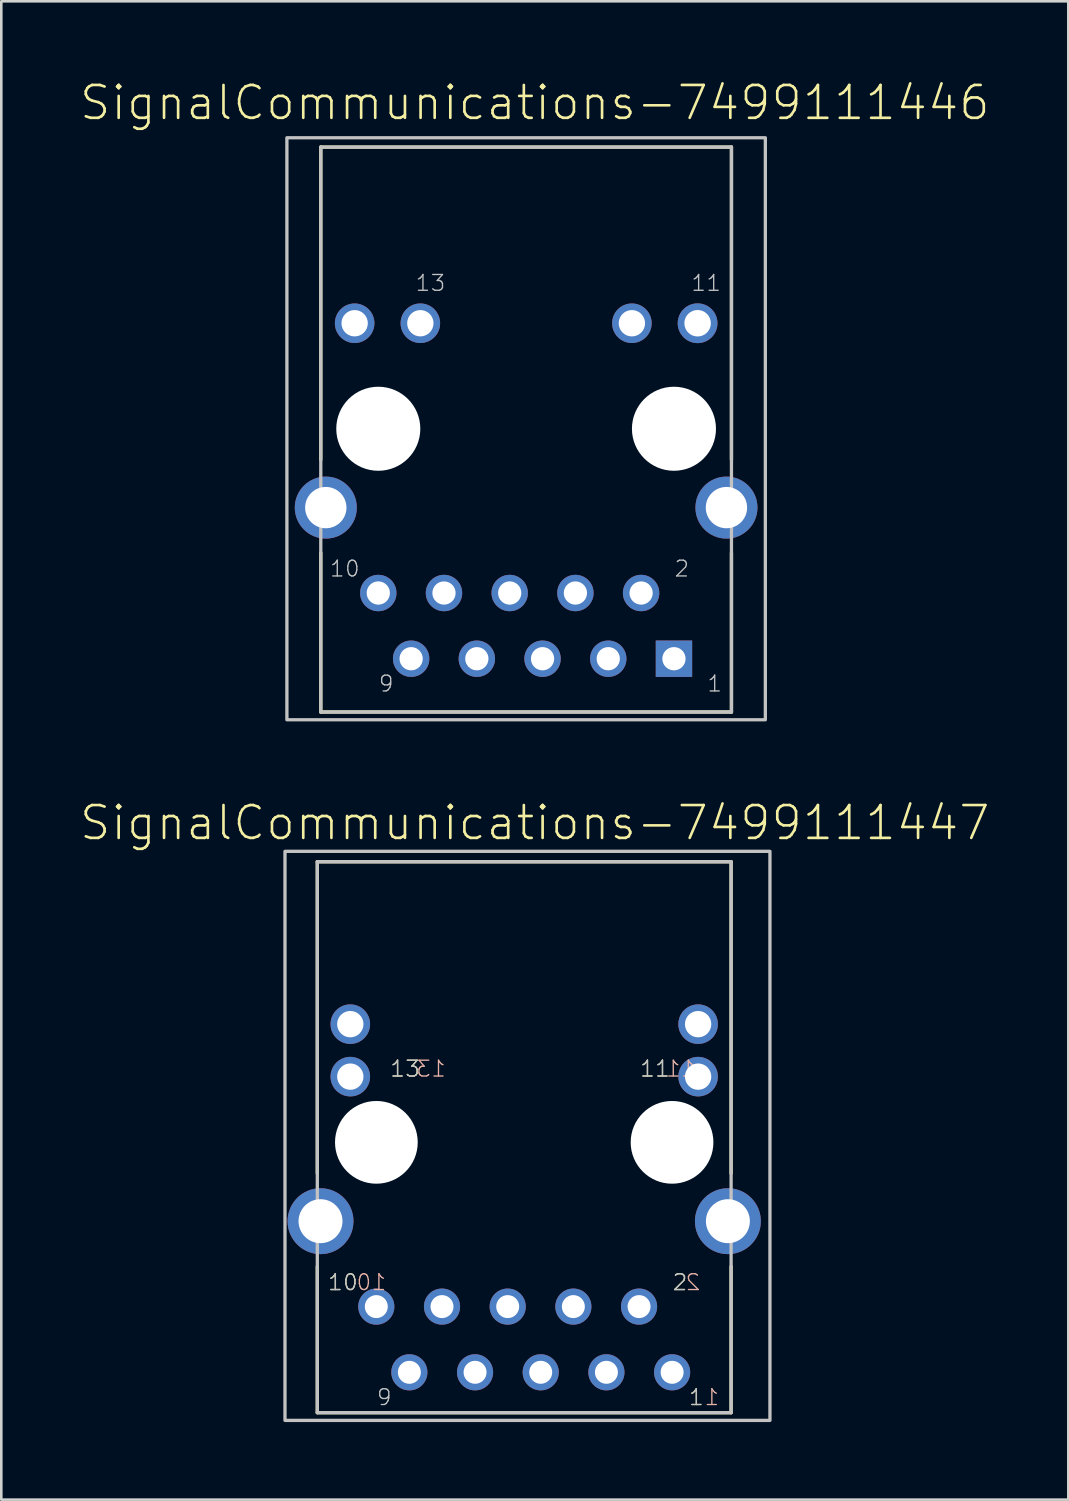
<source format=kicad_pcb>
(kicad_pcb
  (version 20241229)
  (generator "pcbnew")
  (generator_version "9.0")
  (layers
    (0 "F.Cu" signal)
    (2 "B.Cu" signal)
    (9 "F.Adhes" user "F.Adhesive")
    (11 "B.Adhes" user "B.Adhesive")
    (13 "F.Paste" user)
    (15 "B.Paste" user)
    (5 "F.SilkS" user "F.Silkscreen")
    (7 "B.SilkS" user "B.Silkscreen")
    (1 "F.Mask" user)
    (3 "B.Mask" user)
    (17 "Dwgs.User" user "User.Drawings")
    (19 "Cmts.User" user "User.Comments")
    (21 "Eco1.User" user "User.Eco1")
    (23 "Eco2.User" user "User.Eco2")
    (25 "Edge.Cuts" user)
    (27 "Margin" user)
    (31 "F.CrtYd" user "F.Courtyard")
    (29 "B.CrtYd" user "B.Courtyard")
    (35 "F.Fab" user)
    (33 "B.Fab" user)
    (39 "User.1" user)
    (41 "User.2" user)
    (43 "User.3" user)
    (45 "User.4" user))
  (footprint "SignalCommunications-7499111447"
    (layer "F.Cu")
    (at 17.215 41.111)
    (property "Reference" "SignalCommunications-7499111447" (at 0.409 -12.352 0) (layer "F.SilkS") (effects (font (size 1.27 1.27) (thickness 0.102))))
    (attr exclude_from_pos_files exclude_from_bom)
    (fp_line (start -7.998 1.199) (end -7.998 -10.848) (stroke (width 0.127) (type solid)) (layer "F.SilkS"))
    (fp_line (start -7.998 4.798) (end -7.998 10.45) (stroke (width 0.127) (type solid)) (layer "F.SilkS"))
    (fp_line (start -7.998 10.45) (end 7.998 10.45) (stroke (width 0.127) (type solid)) (layer "F.SilkS"))
    (fp_line (start 7.998 -10.848) (end -7.998 -10.848) (stroke (width 0.127) (type solid)) (layer "F.SilkS"))
    (fp_line (start 7.998 -10.848) (end 7.998 1.199) (stroke (width 0.127) (type solid)) (layer "F.SilkS"))
    (fp_line (start 7.998 4.798) (end 7.998 10.45) (stroke (width 0.127) (type solid)) (layer "F.SilkS"))
    (fp_line (start -7.998 -10.848) (end -7.998 10.45) (stroke (width 0.127) (type solid)) (layer "Dwgs.User"))
    (fp_line (start -7.998 10.45) (end 7.998 10.45) (stroke (width 0.127) (type solid)) (layer "Dwgs.User"))
    (fp_line (start 7.998 -10.848) (end -7.998 -10.848) (stroke (width 0.127) (type solid)) (layer "Dwgs.User"))
    (fp_line (start 7.998 10.45) (end 7.998 -10.848) (stroke (width 0.127) (type solid)) (layer "Dwgs.User"))
    (fp_poly (pts (xy -9.248 -11.25) (xy 9.5 -11.25) (xy 9.5 10.749) (xy -9.248 10.749) (xy -9.248 -11.25)) (stroke (width 0.127) (type solid)) (fill no) (layer "Dwgs.User"))
    (fp_text user "2" (at 6.022 5.41 0) (layer "F.SilkS") (effects (font (size 0.61 0.61) (thickness 0.051))))
    (fp_text user "1" (at 6.655 9.855 0) (layer "F.SilkS") (effects (font (size 0.61 0.61) (thickness 0.051))))
    (fp_text user "11" (at 5.055 -2.845 0) (layer "F.SilkS") (effects (font (size 0.61 0.61) (thickness 0.051))))
    (fp_text user "13" (at -4.605 -2.845 0) (layer "F.SilkS") (effects (font (size 0.61 0.61) (thickness 0.051))))
    (fp_text user "10" (at -7.01 5.41 0) (layer "F.SilkS") (effects (font (size 0.61 0.61) (thickness 0.051))))
    (fp_text user "13" (at -3.604 -2.845 0) (layer "B.SilkS") (effects (font (size 0.61 0.61) (thickness 0.051)) (justify mirror)))
    (fp_text user "2" (at 6.523 5.41 0) (layer "B.SilkS") (effects (font (size 0.61 0.61) (thickness 0.051)) (justify mirror)))
    (fp_text user "10" (at -5.908 5.41 0) (layer "B.SilkS") (effects (font (size 0.61 0.61) (thickness 0.051)) (justify mirror)))
    (fp_text user "11" (at 6.053 -2.845 0) (layer "B.SilkS") (effects (font (size 0.61 0.61) (thickness 0.051)) (justify mirror)))
    (fp_text user "1" (at 7.254 9.855 0) (layer "B.SilkS") (effects (font (size 0.61 0.61) (thickness 0.051)) (justify mirror)))
    (fp_text user "11" (at 5.055 -2.845 0) (layer "Dwgs.User") (effects (font (size 0.61 0.61) (thickness 0.051))))
    (fp_text user "10" (at -7.01 5.41 0) (layer "Dwgs.User") (effects (font (size 0.61 0.61) (thickness 0.051))))
    (fp_text user "9" (at -5.41 9.855 0) (layer "Dwgs.User") (effects (font (size 0.61 0.61) (thickness 0.051))))
    (fp_text user "13" (at -4.605 -2.845 0) (layer "Dwgs.User") (effects (font (size 0.61 0.61) (thickness 0.051))))
    (fp_text user "1" (at 6.655 9.855 0) (layer "Dwgs.User") (effects (font (size 0.61 0.61) (thickness 0.051))))
    (fp_text user "2" (at 6.022 5.41 0) (layer "Dwgs.User") (effects (font (size 0.61 0.61) (thickness 0.051))))
    (pad "" np_thru_hole circle (at -5.715 0) (size 3.198 3.198) (drill 3.198) (layers "*.Cu" "*.Mask"))
    (pad "" np_thru_hole circle (at 5.715 0) (size 3.198 3.198) (drill 3.198) (layers "*.Cu" "*.Mask"))
    (pad "1" thru_hole circle (at 5.718 8.89) (size 1.397 1.397) (drill 0.889) (layers "*.Cu" "*.Paste" "*.Mask"))
    (pad "2" thru_hole circle (at 4.44 6.35) (size 1.397 1.397) (drill 0.889) (layers "*.Cu" "*.Paste" "*.Mask"))
    (pad "3" thru_hole circle (at 3.178 8.89) (size 1.397 1.397) (drill 0.889) (layers "*.Cu" "*.Paste" "*.Mask"))
    (pad "4" thru_hole circle (at 1.9 6.35) (size 1.397 1.397) (drill 0.889) (layers "*.Cu" "*.Paste" "*.Mask"))
    (pad "5" thru_hole circle (at 0.638 8.89) (size 1.397 1.397) (drill 0.889) (layers "*.Cu" "*.Paste" "*.Mask"))
    (pad "6" thru_hole circle (at -0.638 6.35) (size 1.397 1.397) (drill 0.889) (layers "*.Cu" "*.Paste" "*.Mask"))
    (pad "7" thru_hole circle (at -1.9 8.89) (size 1.397 1.397) (drill 0.889) (layers "*.Cu" "*.Paste" "*.Mask"))
    (pad "8" thru_hole circle (at -3.178 6.35) (size 1.397 1.397) (drill 0.889) (layers "*.Cu" "*.Paste" "*.Mask"))
    (pad "9" thru_hole circle (at -4.44 8.89) (size 1.397 1.397) (drill 0.889) (layers "*.Cu" "*.Paste" "*.Mask"))
    (pad "10" thru_hole circle (at -5.718 6.35) (size 1.397 1.397) (drill 0.889) (layers "*.Cu" "*.Paste" "*.Mask"))
    (pad "11" thru_hole circle (at 6.723 -2.54) (size 1.529 1.529) (drill 1.019) (layers "*.Cu" "*.Paste" "*.Mask"))
    (pad "12" thru_hole circle (at 6.723 -4.569) (size 1.529 1.529) (drill 1.019) (layers "*.Cu" "*.Paste" "*.Mask"))
    (pad "13" thru_hole circle (at -6.723 -2.54) (size 1.529 1.529) (drill 1.019) (layers "*.Cu" "*.Paste" "*.Mask"))
    (pad "14" thru_hole circle (at -6.723 -4.569) (size 1.529 1.529) (drill 1.019) (layers "*.Cu" "*.Paste" "*.Mask"))
    (pad "Z1" thru_hole circle (at -7.874 3.048) (size 2.548 2.548) (drill 1.699) (layers "*.Cu" "*.Paste" "*.Mask"))
    (pad "Z2" thru_hole circle (at 7.874 3.048) (size 2.548 2.548) (drill 1.699) (layers "*.Cu" "*.Paste" "*.Mask")))
  (footprint "SignalCommunications-7499111446"
    (layer "F.Cu")
    (at 17.289 13.525)
    (property "Reference" "SignalCommunications-7499111446" (at 0.335 -12.603 0) (layer "F.SilkS") (effects (font (size 1.27 1.27) (thickness 0.102))))
    (attr exclude_from_pos_files exclude_from_bom)
    (fp_line (start -7.938 1.199) (end -7.938 -10.889) (stroke (width 0.127) (type solid)) (layer "F.SilkS"))
    (fp_line (start -7.938 4.798) (end -7.938 10.95) (stroke (width 0.127) (type solid)) (layer "F.SilkS"))
    (fp_line (start -7.938 10.95) (end 7.938 10.95) (stroke (width 0.127) (type solid)) (layer "F.SilkS"))
    (fp_line (start 7.938 -10.889) (end -7.938 -10.889) (stroke (width 0.127) (type solid)) (layer "F.SilkS"))
    (fp_line (start 7.938 -10.889) (end 7.938 1.199) (stroke (width 0.127) (type solid)) (layer "F.SilkS"))
    (fp_line (start 7.938 4.798) (end 7.938 10.95) (stroke (width 0.127) (type solid)) (layer "F.SilkS"))
    (fp_line (start -7.938 -10.889) (end -7.938 10.95) (stroke (width 0.127) (type solid)) (layer "Dwgs.User"))
    (fp_line (start -7.938 10.95) (end 7.938 10.95) (stroke (width 0.127) (type solid)) (layer "Dwgs.User"))
    (fp_line (start 7.938 -10.889) (end -7.938 -10.889) (stroke (width 0.127) (type solid)) (layer "Dwgs.User"))
    (fp_line (start 7.938 10.95) (end 7.938 -10.889) (stroke (width 0.127) (type solid)) (layer "Dwgs.User"))
    (fp_poly (pts (xy -9.248 -11.25) (xy 9.248 -11.25) (xy 9.248 11.25) (xy -9.248 11.25) (xy -9.248 -11.25)) (stroke (width 0.127) (type solid)) (fill no) (layer "Dwgs.User"))
    (fp_text user "11" (at 6.96 -5.634 0) (layer "Dwgs.User") (effects (font (size 0.61 0.61) (thickness 0.051))))
    (fp_text user "1" (at 7.29 9.855 0) (layer "Dwgs.User") (effects (font (size 0.61 0.61) (thickness 0.051))))
    (fp_text user "9" (at -5.41 9.855 0) (layer "Dwgs.User") (effects (font (size 0.61 0.61) (thickness 0.051))))
    (fp_text user "13" (at -3.698 -5.634 0) (layer "Dwgs.User") (effects (font (size 0.61 0.61) (thickness 0.051))))
    (fp_text user "10" (at -7.01 5.41 0) (layer "Dwgs.User") (effects (font (size 0.61 0.61) (thickness 0.051))))
    (fp_text user "2" (at 6.02 5.41 0) (layer "Dwgs.User") (effects (font (size 0.61 0.61) (thickness 0.051))))
    (pad "" np_thru_hole circle (at -5.715 0) (size 3.249 3.249) (drill 3.249) (layers "*.Cu" "*.Mask"))
    (pad "" np_thru_hole circle (at 5.715 0) (size 3.249 3.249) (drill 3.249) (layers "*.Cu" "*.Mask"))
    (pad "1" thru_hole rect (at 5.715 8.89) (size 1.407 1.407) (drill 0.899) (layers "*.Cu" "*.Paste" "*.Mask"))
    (pad "2" thru_hole circle (at 4.445 6.35) (size 1.407 1.407) (drill 0.899) (layers "*.Cu" "*.Paste" "*.Mask"))
    (pad "3" thru_hole circle (at 3.175 8.89) (size 1.407 1.407) (drill 0.899) (layers "*.Cu" "*.Paste" "*.Mask"))
    (pad "4" thru_hole circle (at 1.905 6.35) (size 1.407 1.407) (drill 0.899) (layers "*.Cu" "*.Paste" "*.Mask"))
    (pad "5" thru_hole circle (at 0.635 8.89) (size 1.407 1.407) (drill 0.899) (layers "*.Cu" "*.Paste" "*.Mask"))
    (pad "6" thru_hole circle (at -0.635 6.35) (size 1.407 1.407) (drill 0.899) (layers "*.Cu" "*.Paste" "*.Mask"))
    (pad "7" thru_hole circle (at -1.905 8.89) (size 1.407 1.407) (drill 0.899) (layers "*.Cu" "*.Paste" "*.Mask"))
    (pad "8" thru_hole circle (at -3.175 6.35) (size 1.407 1.407) (drill 0.899) (layers "*.Cu" "*.Paste" "*.Mask"))
    (pad "9" thru_hole circle (at -4.445 8.89) (size 1.407 1.407) (drill 0.899) (layers "*.Cu" "*.Paste" "*.Mask"))
    (pad "10" thru_hole circle (at -5.715 6.35) (size 1.407 1.407) (drill 0.899) (layers "*.Cu" "*.Paste" "*.Mask"))
    (pad "11" thru_hole circle (at 6.629 -4.079) (size 1.537 1.537) (drill 1.024) (layers "*.Cu" "*.Paste" "*.Mask"))
    (pad "12" thru_hole circle (at 4.089 -4.079) (size 1.529 1.529) (drill 1.019) (layers "*.Cu" "*.Paste" "*.Mask"))
    (pad "13" thru_hole circle (at -4.089 -4.079) (size 1.529 1.529) (drill 1.019) (layers "*.Cu" "*.Paste" "*.Mask"))
    (pad "14" thru_hole circle (at -6.629 -4.079) (size 1.529 1.529) (drill 1.019) (layers "*.Cu" "*.Paste" "*.Mask"))
    (pad "Z1" thru_hole circle (at -7.744 3.048) (size 2.398 2.398) (drill 1.598) (layers "*.Cu" "*.Paste" "*.Mask"))
    (pad "Z2" thru_hole circle (at 7.744 3.048) (size 2.398 2.398) (drill 1.598) (layers "*.Cu" "*.Paste" "*.Mask")))
  (gr_rect
    (start -3 -3)
    (end 38.248 54.924)
    (stroke (width 0.1) (type default))
    (fill no)
    (layer "Edge.Cuts")))
</source>
